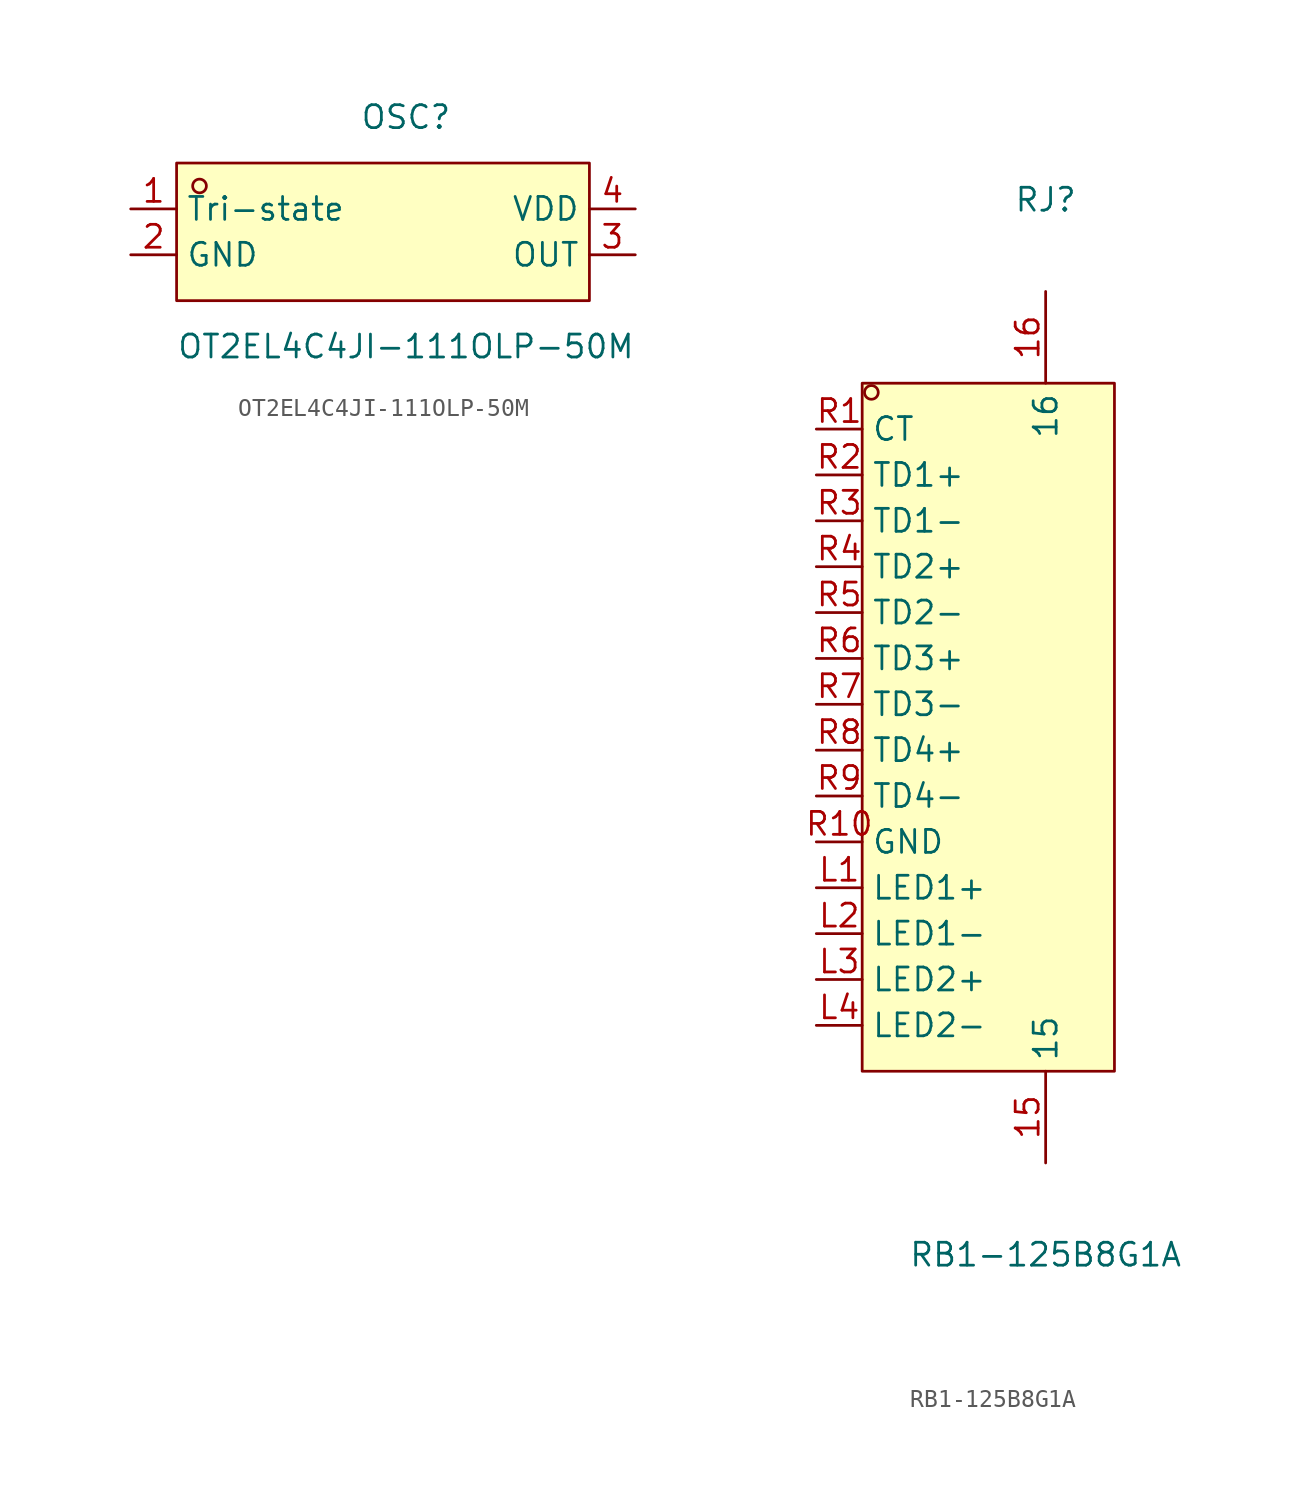
<source format=kicad_sym>
(kicad_symbol_lib
  (version 20211014)
  (generator https://github.com/uPesy/easyeda2kicad.py)
  (symbol "OT2EL4C4JI-111OLP-50M"
    (property "Reference" "OSC"
      (at 0 6.35 0)
      (effects (font (size 1.27 1.27))))
    (property "Value" "OT2EL4C4JI-111OLP-50M"
      (at 0 -6.35 0)
      (effects (font (size 1.27 1.27))))
    (symbol "OT2EL4C4JI-111OLP-50M_0_1"
      (rectangle (start -12.70 3.81) (end 10.16 -3.81) (stroke (width 0) (type default) (color 0 0 0 0)) (fill (type background)))
      (circle (center -11.43 2.54) (radius 0.38) (stroke (width 0) (type default) (color 0 0 0 0)) (fill (type none)))
      (pin unspecified line (at -15.24 1.27 0) (length 2.54) (name "Tri-state" (effects (font (size 1.27 1.27)))) (number "1" (effects (font (size 1.27 1.27)))))
      (pin unspecified line (at -15.24 -1.27 0) (length 2.54) (name "GND" (effects (font (size 1.27 1.27)))) (number "2" (effects (font (size 1.27 1.27)))))
      (pin unspecified line (at 12.70 -1.27 180) (length 2.54) (name "OUT" (effects (font (size 1.27 1.27)))) (number "3" (effects (font (size 1.27 1.27)))))
      (pin unspecified line (at 12.70 1.27 180) (length 2.54) (name "VDD" (effects (font (size 1.27 1.27)))) (number "4" (effects (font (size 1.27 1.27)))))))
  (symbol "RB1-125B8G1A"
    (property "Reference" "RJ"
      (at 0 29.21 0)
      (effects (font (size 1.27 1.27))))
    (property "Value" "RB1-125B8G1A"
      (at 0 -29.21 0)
      (effects (font (size 1.27 1.27))))
    (symbol "RB1-125B8G1A_0_1"
      (rectangle (start -10.16 19.05) (end 3.81 -19.05) (stroke (width 0) (type default) (color 0 0 0 0)) (fill (type background)))
      (circle (center -9.65 18.54) (radius 0.38) (stroke (width 0) (type default) (color 0 0 0 0)) (fill (type none)))
      (pin unspecified line (at -12.70 16.51 0) (length 2.54) (name "CT" (effects (font (size 1.27 1.27)))) (number "R1" (effects (font (size 1.27 1.27)))))
      (pin unspecified line (at -12.70 13.97 0) (length 2.54) (name "TD1+" (effects (font (size 1.27 1.27)))) (number "R2" (effects (font (size 1.27 1.27)))))
      (pin unspecified line (at -12.70 11.43 0) (length 2.54) (name "TD1-" (effects (font (size 1.27 1.27)))) (number "R3" (effects (font (size 1.27 1.27)))))
      (pin unspecified line (at -12.70 8.89 0) (length 2.54) (name "TD2+" (effects (font (size 1.27 1.27)))) (number "R4" (effects (font (size 1.27 1.27)))))
      (pin unspecified line (at -12.70 6.35 0) (length 2.54) (name "TD2-" (effects (font (size 1.27 1.27)))) (number "R5" (effects (font (size 1.27 1.27)))))
      (pin unspecified line (at -12.70 3.81 0) (length 2.54) (name "TD3+" (effects (font (size 1.27 1.27)))) (number "R6" (effects (font (size 1.27 1.27)))))
      (pin unspecified line (at -12.70 1.27 0) (length 2.54) (name "TD3-" (effects (font (size 1.27 1.27)))) (number "R7" (effects (font (size 1.27 1.27)))))
      (pin unspecified line (at -12.70 -1.27 0) (length 2.54) (name "TD4+" (effects (font (size 1.27 1.27)))) (number "R8" (effects (font (size 1.27 1.27)))))
      (pin unspecified line (at -12.70 -3.81 0) (length 2.54) (name "TD4-" (effects (font (size 1.27 1.27)))) (number "R9" (effects (font (size 1.27 1.27)))))
      (pin unspecified line (at -12.70 -6.35 0) (length 2.54) (name "GND" (effects (font (size 1.27 1.27)))) (number "R10" (effects (font (size 1.27 1.27)))))
      (pin unspecified line (at -12.70 -8.89 0) (length 2.54) (name "LED1+" (effects (font (size 1.27 1.27)))) (number "L1" (effects (font (size 1.27 1.27)))))
      (pin unspecified line (at -12.70 -11.43 0) (length 2.54) (name "LED1-" (effects (font (size 1.27 1.27)))) (number "L2" (effects (font (size 1.27 1.27)))))
      (pin unspecified line (at -12.70 -13.97 0) (length 2.54) (name "LED2+" (effects (font (size 1.27 1.27)))) (number "L3" (effects (font (size 1.27 1.27)))))
      (pin unspecified line (at -12.70 -16.51 0) (length 2.54) (name "LED2-" (effects (font (size 1.27 1.27)))) (number "L4" (effects (font (size 1.27 1.27)))))
      (pin unspecified line (at 0.00 24.13 270) (length 5.08) (name "16" (effects (font (size 1.27 1.27)))) (number "16" (effects (font (size 1.27 1.27)))))
      (pin unspecified line (at 0.00 -24.13 90) (length 5.08) (name "15" (effects (font (size 1.27 1.27)))) (number "15" (effects (font (size 1.27 1.27))))))))
</source>
